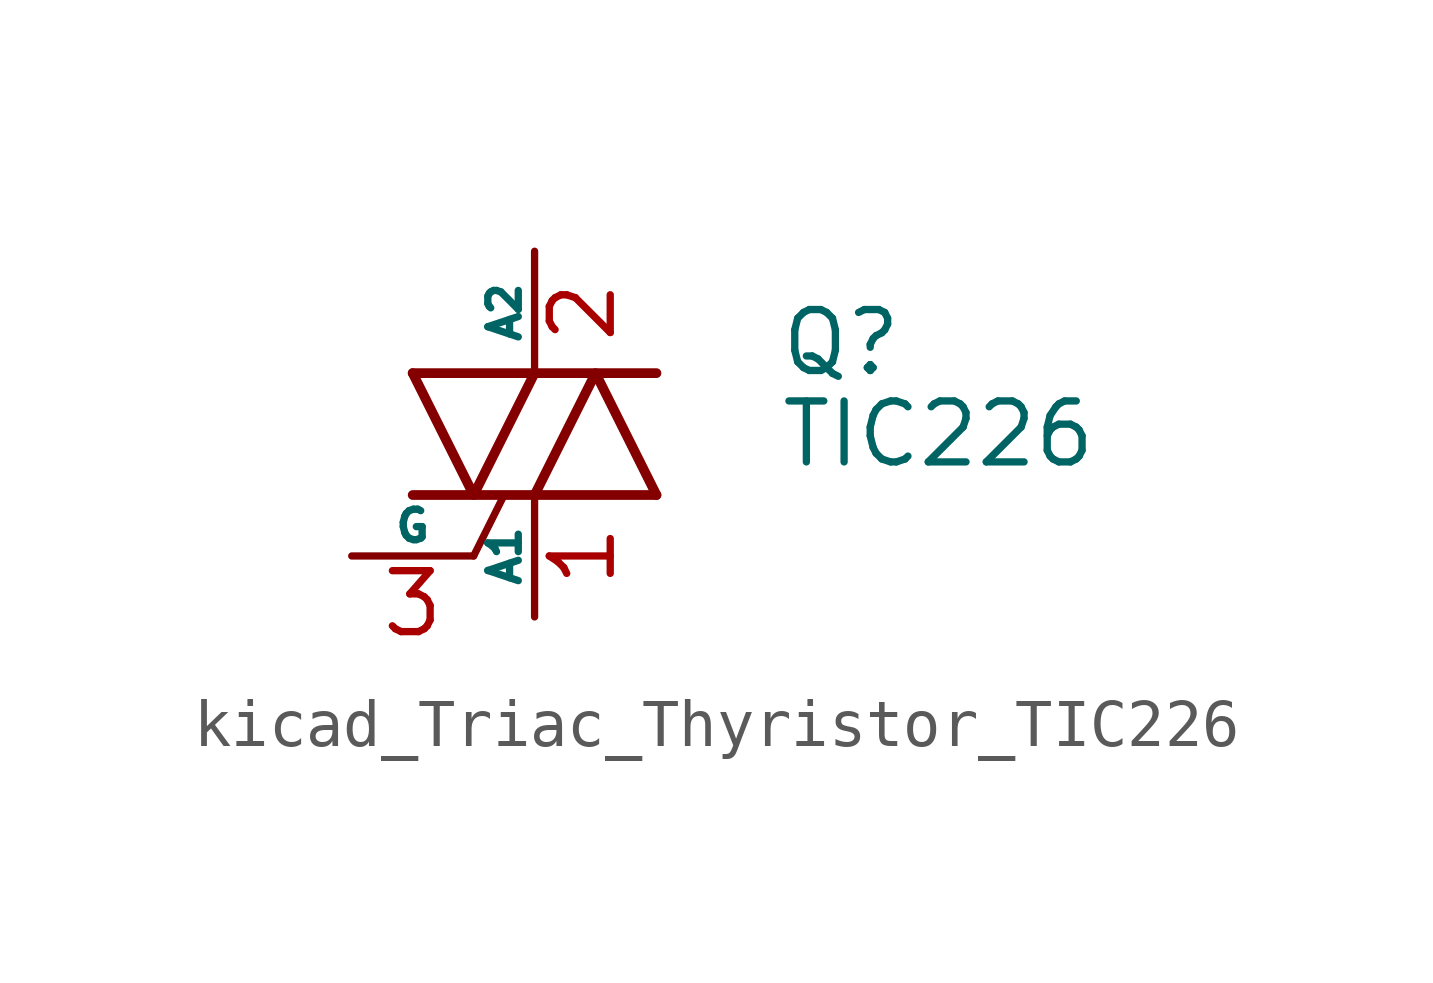
<source format=kicad_sym>
(kicad_symbol_lib
  (version 20220914)
  (generator kicad_symbol_editor)
  (symbol "kicad_Triac_Thyristor_TIC226"
    (pin_names
      (offset 0))
    (property "Reference" "Q"
      (at 5.08 1.905 0)
      (effects (font (size 1.27 1.27)) (justify left)))
    (property "Value" "TIC226"
      (at 5.08 0 0)
      (effects (font (size 1.27 1.27)) (justify left)))
    (symbol "kicad_Triac_Thyristor_TIC226_0_1"
      (polyline (pts (xy -2.54 -1.27) (xy 2.54 -1.27)) (stroke (width 0.203) (type default)) (fill (type none)))
      (polyline (pts (xy -2.54 1.27) (xy 2.54 1.27)) (stroke (width 0.203) (type default)) (fill (type none)))
      (polyline (pts (xy -1.27 -2.54) (xy -0.635 -1.27)) (stroke (width 0) (type default)) (fill (type none)))
      (polyline (pts (xy -2.54 1.27) (xy -1.27 -1.27) (xy 0 1.27)) (stroke (width 0.203) (type default)) (fill (type none)))
      (polyline (pts (xy 0 -1.27) (xy 1.27 1.27) (xy 2.54 -1.27)) (stroke (width 0.203) (type default)) (fill (type none))))
    (symbol "kicad_Triac_Thyristor_TIC226_1_1"
      (pin passive line (at 0 -3.81 90) (length 2.54) (name "A1" (effects (font (size 0.635 0.635)))) (number "1" (effects (font (size 1.27 1.27)))))
      (pin passive line (at 0 3.81 270) (length 2.54) (name "A2" (effects (font (size 0.635 0.635)))) (number "2" (effects (font (size 1.27 1.27)))))
      (pin input line (at -3.81 -2.54 0) (length 2.54) (name "G" (effects (font (size 0.635 0.635)))) (number "3" (effects (font (size 1.27 1.27))))))))
</source>
